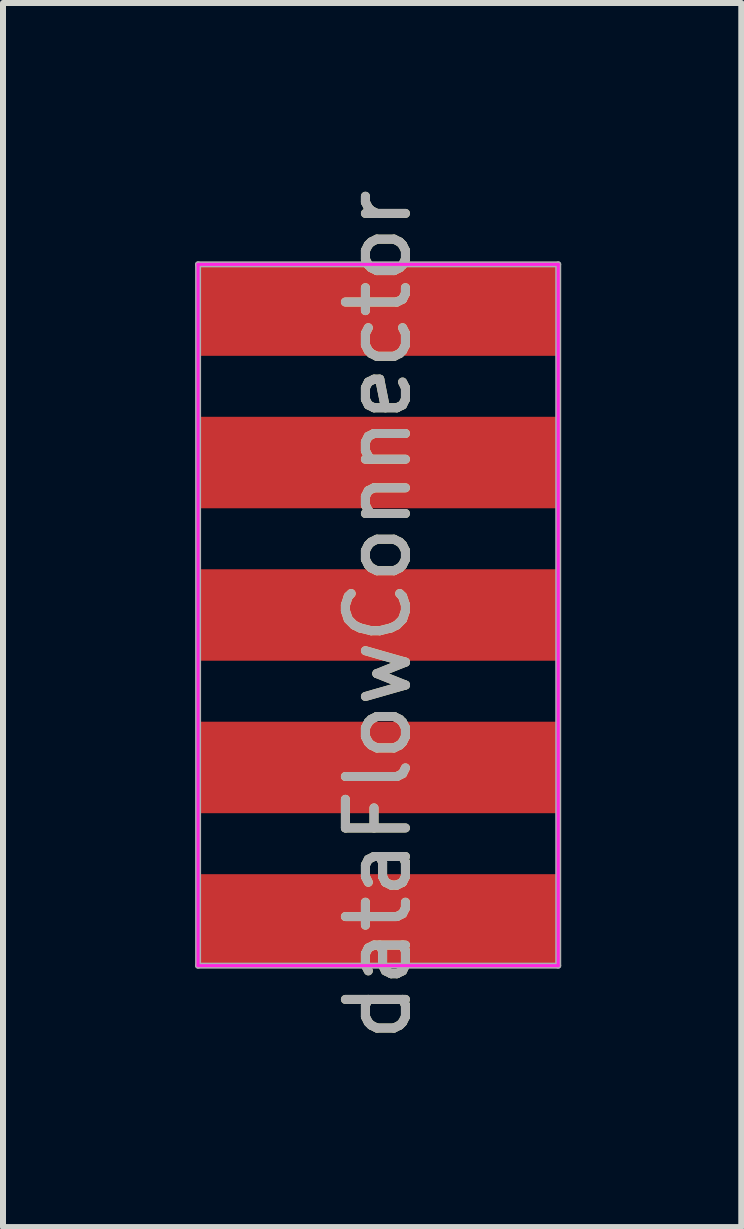
<source format=kicad_pcb>
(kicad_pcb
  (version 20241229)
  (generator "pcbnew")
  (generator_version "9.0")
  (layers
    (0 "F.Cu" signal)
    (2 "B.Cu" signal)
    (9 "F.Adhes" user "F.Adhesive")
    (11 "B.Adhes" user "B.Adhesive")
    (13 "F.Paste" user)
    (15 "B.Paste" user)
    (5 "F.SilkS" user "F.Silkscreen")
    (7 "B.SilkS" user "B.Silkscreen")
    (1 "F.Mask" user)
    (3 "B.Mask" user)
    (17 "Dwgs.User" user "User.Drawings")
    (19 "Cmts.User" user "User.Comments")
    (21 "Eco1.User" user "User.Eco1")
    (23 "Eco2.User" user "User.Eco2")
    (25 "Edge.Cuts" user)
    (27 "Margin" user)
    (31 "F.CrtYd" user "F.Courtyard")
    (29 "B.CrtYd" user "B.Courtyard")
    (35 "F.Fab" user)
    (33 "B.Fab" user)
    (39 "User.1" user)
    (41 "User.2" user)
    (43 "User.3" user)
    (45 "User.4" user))
  (footprint "dataFlowConnector"
    (layer "F.Cu")
    (at 0.25 7.196)
    (property "Reference" "dataFlowConnector" (at 3 0 90) (layer "F.SilkS") (effects (font (size 1 1) (thickness 0.15))))
    (attr through_hole)
    (fp_line (start 0 -5.842) (end 0 5.842) (stroke (width 0.05) (type solid)) (layer "F.CrtYd"))
    (fp_line (start 0 5.842) (end 6 5.842) (stroke (width 0.05) (type solid)) (layer "F.CrtYd"))
    (fp_line (start 6 -5.842) (end 0 -5.842) (stroke (width 0.05) (type solid)) (layer "F.CrtYd"))
    (fp_line (start 6 5.842) (end 6 -5.842) (stroke (width 0.05) (type solid)) (layer "F.CrtYd"))
    (fp_line (start 0 -5.842) (end 0 5.842) (stroke (width 0.1) (type solid)) (layer "F.Fab"))
    (fp_line (start 0 5.842) (end 6 5.842) (stroke (width 0.1) (type solid)) (layer "F.Fab"))
    (fp_line (start 6 -5.842) (end 0 -5.842) (stroke (width 0.1) (type solid)) (layer "F.Fab"))
    (fp_line (start 6 5.842) (end 6 -5.842) (stroke (width 0.1) (type solid)) (layer "F.Fab"))
    (fp_text user "${REFERENCE}" (at 3 0 90) (layer "F.Fab") (effects (font (size 1 1) (thickness 0.15))))
    (pad "1" smd rect (at 3 -5.08) (size 6 1.524) (layers "F.Cu" "F.Mask"))
    (pad "2" smd rect (at 3 -2.54) (size 6 1.524) (layers "F.Cu" "F.Mask"))
    (pad "3" smd rect (at 3 0) (size 6 1.524) (layers "F.Cu" "F.Mask"))
    (pad "4" smd rect (at 3 2.54) (size 6 1.524) (layers "F.Cu" "F.Mask"))
    (pad "5" smd rect (at 3 5.08) (size 6 1.524) (layers "F.Cu" "F.Mask")))
  (gr_rect
    (start -3 -3)
    (end 9.3 17.393)
    (stroke (width 0.1) (type default))
    (fill no)
    (layer "Edge.Cuts")))
</source>
